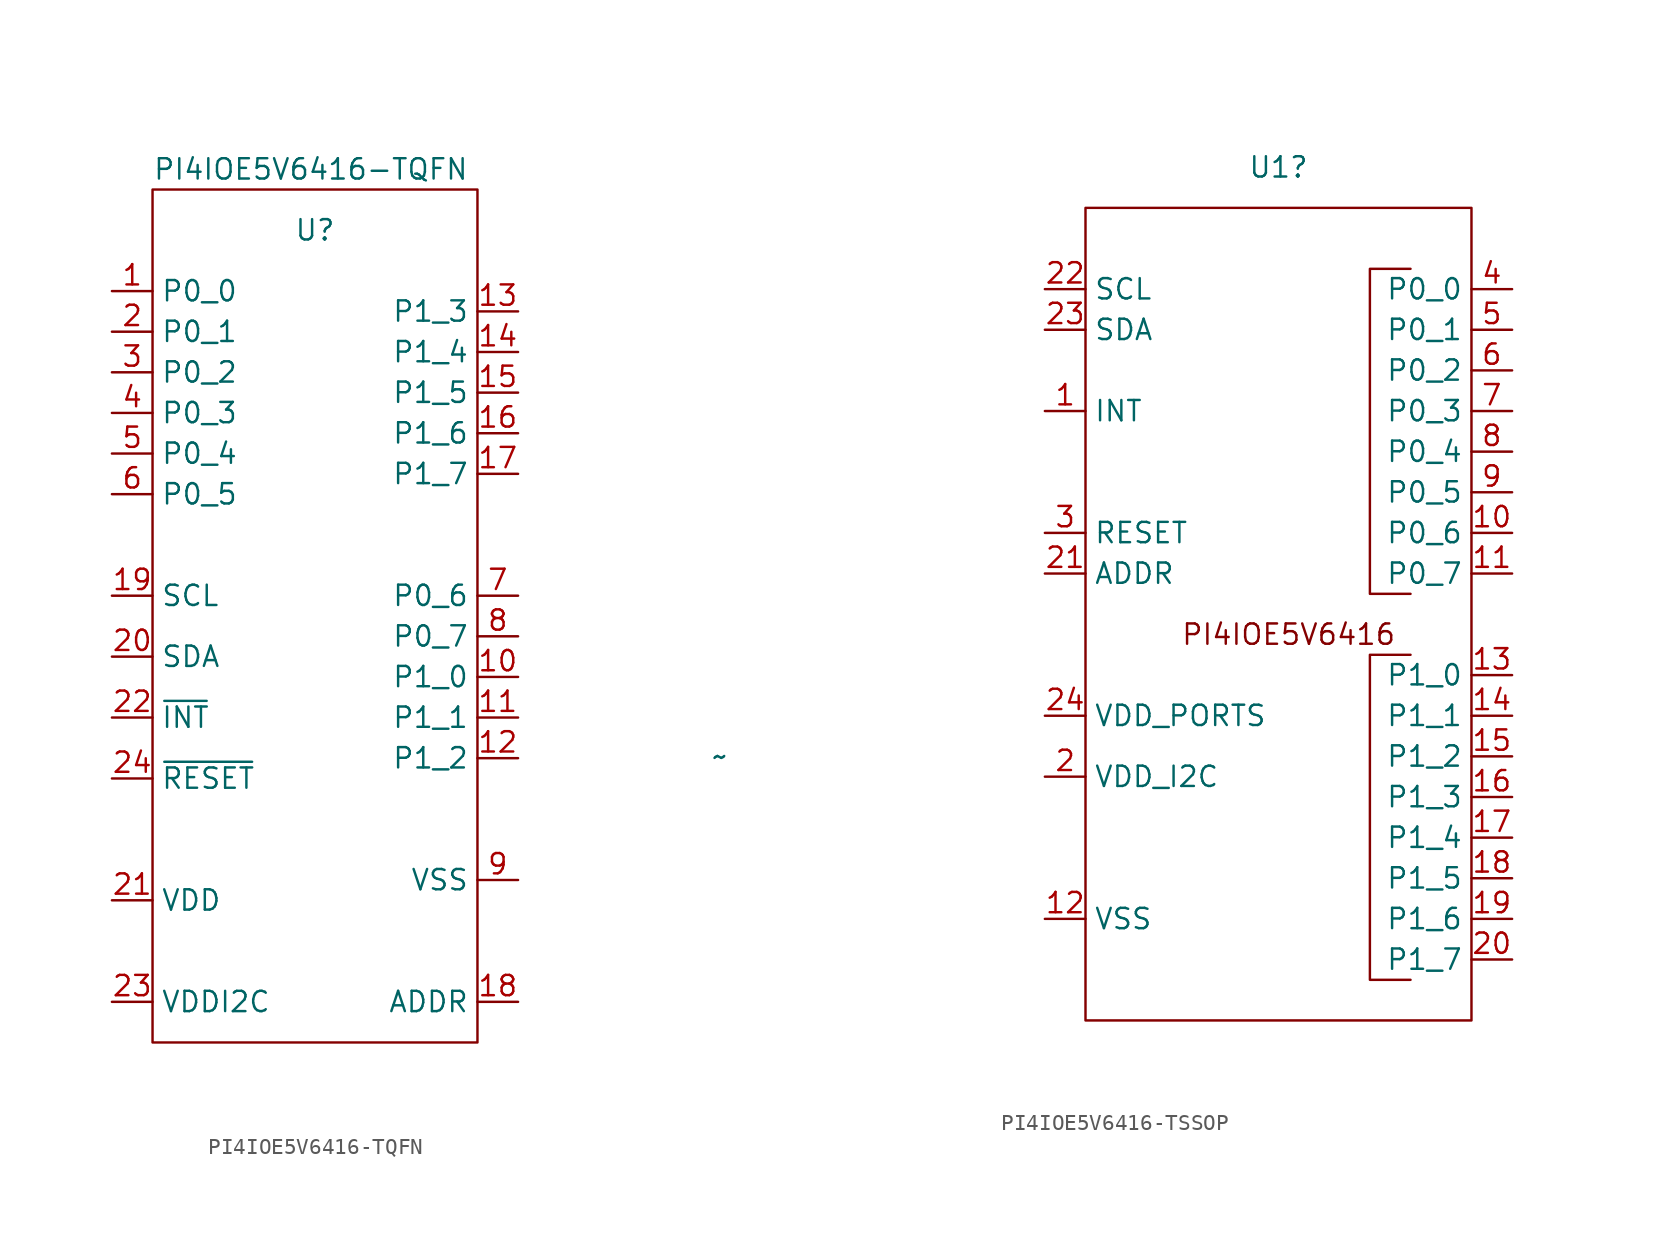
<source format=kicad_sym>
(kicad_symbol_lib
  (version 20220914)
  (generator kicad_symbol_editor)
  (symbol "PI4IOE5V6416-TQFN"
    (property "Reference" "U"
      (at 0 25.4 0)
      (effects (font (size 1.27 1.27))))
    (property "Value" "PI4IOE5V6416-TQFN"
      (at -10.16 29.21 0)
      (effects (font (size 1.27 1.27)) (justify left)))
    (symbol "PI4IOE5V6416-TQFN_0_0"
      (pin bidirectional line (at -12.7 21.59 0) (length 2.54) (name "P0_0" (effects (font (size 1.27 1.27)))) (number "1" (effects (font (size 1.27 1.27)))))
      (pin bidirectional line (at 12.7 -2.54 180) (length 2.54) (name "P1_0" (effects (font (size 1.27 1.27)))) (number "10" (effects (font (size 1.27 1.27)))))
      (pin bidirectional line (at 12.7 -5.08 180) (length 2.54) (name "P1_1" (effects (font (size 1.27 1.27)))) (number "11" (effects (font (size 1.27 1.27)))))
      (pin bidirectional line (at 12.7 -7.62 180) (length 2.54) (name "P1_2" (effects (font (size 1.27 1.27)))) (number "12" (effects (font (size 1.27 1.27)))))
      (pin bidirectional line (at 12.7 20.32 180) (length 2.54) (name "P1_3" (effects (font (size 1.27 1.27)))) (number "13" (effects (font (size 1.27 1.27)))))
      (pin bidirectional line (at 12.7 17.78 180) (length 2.54) (name "P1_4" (effects (font (size 1.27 1.27)))) (number "14" (effects (font (size 1.27 1.27)))))
      (pin bidirectional line (at 12.7 15.24 180) (length 2.54) (name "P1_5" (effects (font (size 1.27 1.27)))) (number "15" (effects (font (size 1.27 1.27)))))
      (pin bidirectional line (at 12.7 12.7 180) (length 2.54) (name "P1_6" (effects (font (size 1.27 1.27)))) (number "16" (effects (font (size 1.27 1.27)))))
      (pin bidirectional line (at 12.7 10.16 180) (length 2.54) (name "P1_7" (effects (font (size 1.27 1.27)))) (number "17" (effects (font (size 1.27 1.27)))))
      (pin bidirectional line (at -12.7 2.54 0) (length 2.54) (name "SCL" (effects (font (size 1.27 1.27)))) (number "19" (effects (font (size 1.27 1.27)))))
      (pin bidirectional line (at -12.7 19.05 0) (length 2.54) (name "P0_1" (effects (font (size 1.27 1.27)))) (number "2" (effects (font (size 1.27 1.27)))))
      (pin bidirectional line (at -12.7 -1.27 0) (length 2.54) (name "SDA" (effects (font (size 1.27 1.27)))) (number "20" (effects (font (size 1.27 1.27)))))
      (pin power_in line (at -12.7 -16.51 0) (length 2.54) (name "VDD" (effects (font (size 1.27 1.27)))) (number "21" (effects (font (size 1.27 1.27)))))
      (pin power_in line (at -12.7 -22.86 0) (length 2.54) (name "VDDI2C" (effects (font (size 1.27 1.27)))) (number "23" (effects (font (size 1.27 1.27)))))
      (pin bidirectional line (at -12.7 16.51 0) (length 2.54) (name "P0_2" (effects (font (size 1.27 1.27)))) (number "3" (effects (font (size 1.27 1.27)))))
      (pin bidirectional line (at -12.7 13.97 0) (length 2.54) (name "P0_3" (effects (font (size 1.27 1.27)))) (number "4" (effects (font (size 1.27 1.27)))))
      (pin bidirectional line (at -12.7 11.43 0) (length 2.54) (name "P0_4" (effects (font (size 1.27 1.27)))) (number "5" (effects (font (size 1.27 1.27)))))
      (pin bidirectional line (at -12.7 8.89 0) (length 2.54) (name "P0_5" (effects (font (size 1.27 1.27)))) (number "6" (effects (font (size 1.27 1.27)))))
      (pin bidirectional line (at 12.7 2.54 180) (length 2.54) (name "P0_6" (effects (font (size 1.27 1.27)))) (number "7" (effects (font (size 1.27 1.27)))))
      (pin bidirectional line (at 12.7 0 180) (length 2.54) (name "P0_7" (effects (font (size 1.27 1.27)))) (number "8" (effects (font (size 1.27 1.27)))))
      (pin passive line (at 12.7 -15.24 180) (length 2.54) (name "VSS" (effects (font (size 1.27 1.27)))) (number "9" (effects (font (size 1.27 1.27))))))
    (symbol "PI4IOE5V6416-TQFN_0_1"
      (rectangle (start -10.16 27.94) (end 10.16 -25.4) (stroke (width 0) (type default)) (fill (type none))))
    (symbol "PI4IOE5V6416-TQFN_1_0"
      (pin input line (at 12.7 -22.86 180) (length 2.54) (name "ADDR" (effects (font (size 1.27 1.27)))) (number "18" (effects (font (size 1.27 1.27)))))
      (pin output line (at -12.7 -5.08 0) (length 2.54) (name "~{INT}" (effects (font (size 1.27 1.27)))) (number "22" (effects (font (size 1.27 1.27)))))
      (pin input line (at -12.7 -8.89 0) (length 2.54) (name "~{RESET}" (effects (font (size 1.27 1.27)))) (number "24" (effects (font (size 1.27 1.27)))))))
  (symbol "PI4IOE5V6416-TSSOP"
    (property "Reference" "U1"
      (at -0.635 29.21 0)
      (effects (font (size 1.27 1.27))))
    (property "Value" "~"
      (at -35.56 -7.62 0)
      (effects (font (size 1.27 1.27))))
    (symbol "PI4IOE5V6416-TSSOP_0_0"
      (pin output line (at -15.24 13.97 0) (length 2.54) (name "INT" (effects (font (size 1.27 1.27)))) (number "1" (effects (font (size 1.27 1.27)))))
      (pin bidirectional line (at 13.97 6.35 180) (length 2.54) (name "P0_6" (effects (font (size 1.27 1.27)))) (number "10" (effects (font (size 1.27 1.27)))))
      (pin bidirectional line (at 13.97 3.81 180) (length 2.54) (name "P0_7" (effects (font (size 1.27 1.27)))) (number "11" (effects (font (size 1.27 1.27)))))
      (pin unspecified line (at -15.24 -17.78 0) (length 2.54) (name "VSS" (effects (font (size 1.27 1.27)))) (number "12" (effects (font (size 1.27 1.27)))))
      (pin bidirectional line (at 13.97 -2.54 180) (length 2.54) (name "P1_0" (effects (font (size 1.27 1.27)))) (number "13" (effects (font (size 1.27 1.27)))))
      (pin bidirectional line (at 13.97 -5.08 180) (length 2.54) (name "P1_1" (effects (font (size 1.27 1.27)))) (number "14" (effects (font (size 1.27 1.27)))))
      (pin bidirectional line (at 13.97 -7.62 180) (length 2.54) (name "P1_2" (effects (font (size 1.27 1.27)))) (number "15" (effects (font (size 1.27 1.27)))))
      (pin bidirectional line (at 13.97 -10.16 180) (length 2.54) (name "P1_3" (effects (font (size 1.27 1.27)))) (number "16" (effects (font (size 1.27 1.27)))))
      (pin bidirectional line (at 13.97 -12.7 180) (length 2.54) (name "P1_4" (effects (font (size 1.27 1.27)))) (number "17" (effects (font (size 1.27 1.27)))))
      (pin bidirectional line (at 13.97 -15.24 180) (length 2.54) (name "P1_5" (effects (font (size 1.27 1.27)))) (number "18" (effects (font (size 1.27 1.27)))))
      (pin bidirectional line (at 13.97 -17.78 180) (length 2.54) (name "P1_6" (effects (font (size 1.27 1.27)))) (number "19" (effects (font (size 1.27 1.27)))))
      (pin power_in line (at -15.24 -8.89 0) (length 2.54) (name "VDD_I2C" (effects (font (size 1.27 1.27)))) (number "2" (effects (font (size 1.27 1.27)))))
      (pin bidirectional line (at 13.97 -20.32 180) (length 2.54) (name "P1_7" (effects (font (size 1.27 1.27)))) (number "20" (effects (font (size 1.27 1.27)))))
      (pin input line (at -15.24 3.81 0) (length 2.54) (name "ADDR" (effects (font (size 1.27 1.27)))) (number "21" (effects (font (size 1.27 1.27)))))
      (pin bidirectional line (at -15.24 21.59 0) (length 2.54) (name "SCL" (effects (font (size 1.27 1.27)))) (number "22" (effects (font (size 1.27 1.27)))))
      (pin bidirectional line (at -15.24 19.05 0) (length 2.54) (name "SDA" (effects (font (size 1.27 1.27)))) (number "23" (effects (font (size 1.27 1.27)))))
      (pin power_in line (at -15.24 -5.08 0) (length 2.54) (name "VDD_PORTS" (effects (font (size 1.27 1.27)))) (number "24" (effects (font (size 1.27 1.27)))))
      (pin input line (at -15.24 6.35 0) (length 2.54) (name "RESET" (effects (font (size 1.27 1.27)))) (number "3" (effects (font (size 1.27 1.27)))))
      (pin bidirectional line (at 13.97 21.59 180) (length 2.54) (name "P0_0" (effects (font (size 1.27 1.27)))) (number "4" (effects (font (size 1.27 1.27)))))
      (pin bidirectional line (at 13.97 19.05 180) (length 2.54) (name "P0_1" (effects (font (size 1.27 1.27)))) (number "5" (effects (font (size 1.27 1.27)))))
      (pin bidirectional line (at 13.97 16.51 180) (length 2.54) (name "P0_2" (effects (font (size 1.27 1.27)))) (number "6" (effects (font (size 1.27 1.27)))))
      (pin bidirectional line (at 13.97 13.97 180) (length 2.54) (name "P0_3" (effects (font (size 1.27 1.27)))) (number "7" (effects (font (size 1.27 1.27)))))
      (pin bidirectional line (at 13.97 11.43 180) (length 2.54) (name "P0_4" (effects (font (size 1.27 1.27)))) (number "8" (effects (font (size 1.27 1.27)))))
      (pin bidirectional line (at 13.97 8.89 180) (length 2.54) (name "P0_5" (effects (font (size 1.27 1.27)))) (number "9" (effects (font (size 1.27 1.27))))))
    (symbol "PI4IOE5V6416-TSSOP_0_1"
      (rectangle (start -12.7 26.67) (end 11.43 -24.13) (stroke (width 0) (type default)) (fill (type none)))
      (polyline (pts (xy 7.62 -1.27) (xy 5.08 -1.27) (xy 5.08 -21.59) (xy 7.62 -21.59)) (stroke (width 0) (type default)) (fill (type none)))
      (polyline (pts (xy 7.62 22.86) (xy 5.08 22.86) (xy 5.08 2.54) (xy 7.62 2.54)) (stroke (width 0) (type default)) (fill (type none))))
    (symbol "PI4IOE5V6416-TSSOP_1_1"
      (text "PI4IOE5V6416" (at 0 0 0) (effects (font (size 1.27 1.27)))))))
</source>
